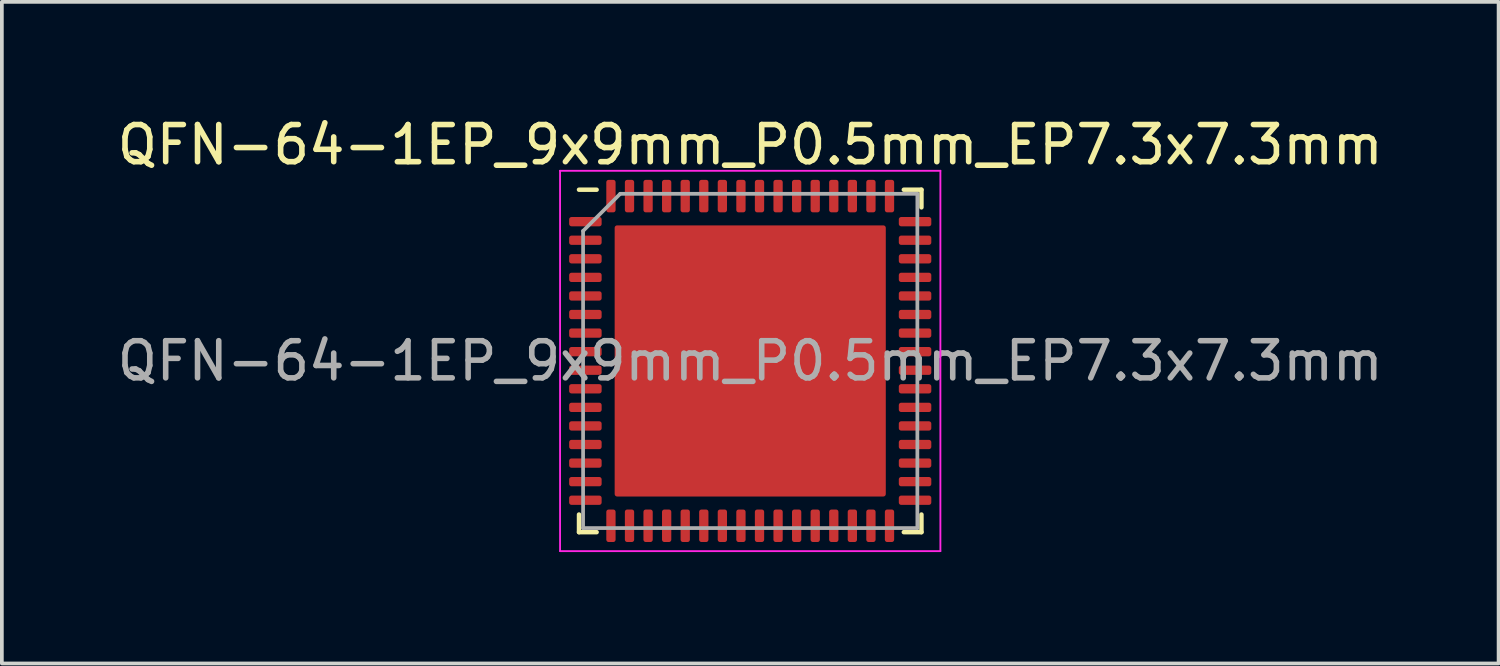
<source format=kicad_pcb>
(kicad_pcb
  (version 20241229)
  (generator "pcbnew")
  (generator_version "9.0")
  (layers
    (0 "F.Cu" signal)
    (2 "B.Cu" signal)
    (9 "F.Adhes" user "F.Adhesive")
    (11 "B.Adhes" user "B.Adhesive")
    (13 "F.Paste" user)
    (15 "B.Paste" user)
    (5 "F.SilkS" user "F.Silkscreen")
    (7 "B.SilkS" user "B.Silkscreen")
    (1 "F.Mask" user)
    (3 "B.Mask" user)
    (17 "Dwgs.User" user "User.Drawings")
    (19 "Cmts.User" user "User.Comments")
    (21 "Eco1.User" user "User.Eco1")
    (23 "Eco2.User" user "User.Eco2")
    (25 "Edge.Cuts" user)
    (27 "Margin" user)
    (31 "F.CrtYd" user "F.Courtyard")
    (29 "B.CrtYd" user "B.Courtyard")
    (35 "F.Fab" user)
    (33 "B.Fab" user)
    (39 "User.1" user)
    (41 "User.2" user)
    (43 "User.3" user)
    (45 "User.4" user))
  (footprint "QFN-64-1EP_9x9mm_P0.5mm_EP7.3x7.3mm"
    (layer "F.Cu")
    (at 17.149 6.668)
    (property "Reference" "QFN-64-1EP_9x9mm_P0.5mm_EP7.3x7.3mm" (at 0 -5.82 0) (layer "F.SilkS") (effects (font (size 1 1) (thickness 0.15))))
    (attr smd)
    (fp_line (start -4.61 4.61) (end -4.61 4.135) (stroke (width 0.12) (type solid)) (layer "F.SilkS"))
    (fp_line (start -4.135 -4.61) (end -4.61 -4.61) (stroke (width 0.12) (type solid)) (layer "F.SilkS"))
    (fp_line (start -4.135 4.61) (end -4.61 4.61) (stroke (width 0.12) (type solid)) (layer "F.SilkS"))
    (fp_line (start 4.135 -4.61) (end 4.61 -4.61) (stroke (width 0.12) (type solid)) (layer "F.SilkS"))
    (fp_line (start 4.135 4.61) (end 4.61 4.61) (stroke (width 0.12) (type solid)) (layer "F.SilkS"))
    (fp_line (start 4.61 -4.61) (end 4.61 -4.135) (stroke (width 0.12) (type solid)) (layer "F.SilkS"))
    (fp_line (start 4.61 4.61) (end 4.61 4.135) (stroke (width 0.12) (type solid)) (layer "F.SilkS"))
    (fp_line (start -5.12 -5.12) (end -5.12 5.12) (stroke (width 0.05) (type solid)) (layer "F.CrtYd"))
    (fp_line (start -5.12 5.12) (end 5.12 5.12) (stroke (width 0.05) (type solid)) (layer "F.CrtYd"))
    (fp_line (start 5.12 -5.12) (end -5.12 -5.12) (stroke (width 0.05) (type solid)) (layer "F.CrtYd"))
    (fp_line (start 5.12 5.12) (end 5.12 -5.12) (stroke (width 0.05) (type solid)) (layer "F.CrtYd"))
    (fp_line (start -4.5 -3.5) (end -3.5 -4.5) (stroke (width 0.1) (type solid)) (layer "F.Fab"))
    (fp_line (start -4.5 4.5) (end -4.5 -3.5) (stroke (width 0.1) (type solid)) (layer "F.Fab"))
    (fp_line (start -3.5 -4.5) (end 4.5 -4.5) (stroke (width 0.1) (type solid)) (layer "F.Fab"))
    (fp_line (start 4.5 -4.5) (end 4.5 4.5) (stroke (width 0.1) (type solid)) (layer "F.Fab"))
    (fp_line (start 4.5 4.5) (end -4.5 4.5) (stroke (width 0.1) (type solid)) (layer "F.Fab"))
    (fp_text user "${REFERENCE}" (at 0 0 0) (layer "F.Fab") (effects (font (size 1 1) (thickness 0.15))))
    (pad "" smd roundrect (at -2.92 -2.92) (size 1.18 1.18) (layers "F.Paste") (roundrect_rratio 0.212))
    (pad "" smd roundrect (at -2.92 -1.46) (size 1.18 1.18) (layers "F.Paste") (roundrect_rratio 0.212))
    (pad "" smd roundrect (at -2.92 0) (size 1.18 1.18) (layers "F.Paste") (roundrect_rratio 0.212))
    (pad "" smd roundrect (at -2.92 1.46) (size 1.18 1.18) (layers "F.Paste") (roundrect_rratio 0.212))
    (pad "" smd roundrect (at -2.92 2.92) (size 1.18 1.18) (layers "F.Paste") (roundrect_rratio 0.212))
    (pad "" smd roundrect (at -1.46 -2.92) (size 1.18 1.18) (layers "F.Paste") (roundrect_rratio 0.212))
    (pad "" smd roundrect (at -1.46 -1.46) (size 1.18 1.18) (layers "F.Paste") (roundrect_rratio 0.212))
    (pad "" smd roundrect (at -1.46 0) (size 1.18 1.18) (layers "F.Paste") (roundrect_rratio 0.212))
    (pad "" smd roundrect (at -1.46 1.46) (size 1.18 1.18) (layers "F.Paste") (roundrect_rratio 0.212))
    (pad "" smd roundrect (at -1.46 2.92) (size 1.18 1.18) (layers "F.Paste") (roundrect_rratio 0.212))
    (pad "" smd roundrect (at 0 -2.92) (size 1.18 1.18) (layers "F.Paste") (roundrect_rratio 0.212))
    (pad "" smd roundrect (at 0 -1.46) (size 1.18 1.18) (layers "F.Paste") (roundrect_rratio 0.212))
    (pad "" smd roundrect (at 0 0) (size 1.18 1.18) (layers "F.Paste") (roundrect_rratio 0.212))
    (pad "" smd roundrect (at 0 1.46) (size 1.18 1.18) (layers "F.Paste") (roundrect_rratio 0.212))
    (pad "" smd roundrect (at 0 2.92) (size 1.18 1.18) (layers "F.Paste") (roundrect_rratio 0.212))
    (pad "" smd roundrect (at 1.46 -2.92) (size 1.18 1.18) (layers "F.Paste") (roundrect_rratio 0.212))
    (pad "" smd roundrect (at 1.46 -1.46) (size 1.18 1.18) (layers "F.Paste") (roundrect_rratio 0.212))
    (pad "" smd roundrect (at 1.46 0) (size 1.18 1.18) (layers "F.Paste") (roundrect_rratio 0.212))
    (pad "" smd roundrect (at 1.46 1.46) (size 1.18 1.18) (layers "F.Paste") (roundrect_rratio 0.212))
    (pad "" smd roundrect (at 1.46 2.92) (size 1.18 1.18) (layers "F.Paste") (roundrect_rratio 0.212))
    (pad "" smd roundrect (at 2.92 -2.92) (size 1.18 1.18) (layers "F.Paste") (roundrect_rratio 0.212))
    (pad "" smd roundrect (at 2.92 -1.46) (size 1.18 1.18) (layers "F.Paste") (roundrect_rratio 0.212))
    (pad "" smd roundrect (at 2.92 0) (size 1.18 1.18) (layers "F.Paste") (roundrect_rratio 0.212))
    (pad "" smd roundrect (at 2.92 1.46) (size 1.18 1.18) (layers "F.Paste") (roundrect_rratio 0.212))
    (pad "" smd roundrect (at 2.92 2.92) (size 1.18 1.18) (layers "F.Paste") (roundrect_rratio 0.212))
    (pad "1" smd roundrect (at -4.438 -3.75) (size 0.875 0.25) (layers "F.Cu" "F.Mask" "F.Paste") (roundrect_rratio 0.25))
    (pad "2" smd roundrect (at -4.438 -3.25) (size 0.875 0.25) (layers "F.Cu" "F.Mask" "F.Paste") (roundrect_rratio 0.25))
    (pad "3" smd roundrect (at -4.438 -2.75) (size 0.875 0.25) (layers "F.Cu" "F.Mask" "F.Paste") (roundrect_rratio 0.25))
    (pad "4" smd roundrect (at -4.438 -2.25) (size 0.875 0.25) (layers "F.Cu" "F.Mask" "F.Paste") (roundrect_rratio 0.25))
    (pad "5" smd roundrect (at -4.438 -1.75) (size 0.875 0.25) (layers "F.Cu" "F.Mask" "F.Paste") (roundrect_rratio 0.25))
    (pad "6" smd roundrect (at -4.438 -1.25) (size 0.875 0.25) (layers "F.Cu" "F.Mask" "F.Paste") (roundrect_rratio 0.25))
    (pad "7" smd roundrect (at -4.438 -0.75) (size 0.875 0.25) (layers "F.Cu" "F.Mask" "F.Paste") (roundrect_rratio 0.25))
    (pad "8" smd roundrect (at -4.438 -0.25) (size 0.875 0.25) (layers "F.Cu" "F.Mask" "F.Paste") (roundrect_rratio 0.25))
    (pad "9" smd roundrect (at -4.438 0.25) (size 0.875 0.25) (layers "F.Cu" "F.Mask" "F.Paste") (roundrect_rratio 0.25))
    (pad "10" smd roundrect (at -4.438 0.75) (size 0.875 0.25) (layers "F.Cu" "F.Mask" "F.Paste") (roundrect_rratio 0.25))
    (pad "11" smd roundrect (at -4.438 1.25) (size 0.875 0.25) (layers "F.Cu" "F.Mask" "F.Paste") (roundrect_rratio 0.25))
    (pad "12" smd roundrect (at -4.438 1.75) (size 0.875 0.25) (layers "F.Cu" "F.Mask" "F.Paste") (roundrect_rratio 0.25))
    (pad "13" smd roundrect (at -4.438 2.25) (size 0.875 0.25) (layers "F.Cu" "F.Mask" "F.Paste") (roundrect_rratio 0.25))
    (pad "14" smd roundrect (at -4.438 2.75) (size 0.875 0.25) (layers "F.Cu" "F.Mask" "F.Paste") (roundrect_rratio 0.25))
    (pad "15" smd roundrect (at -4.438 3.25) (size 0.875 0.25) (layers "F.Cu" "F.Mask" "F.Paste") (roundrect_rratio 0.25))
    (pad "16" smd roundrect (at -4.438 3.75) (size 0.875 0.25) (layers "F.Cu" "F.Mask" "F.Paste") (roundrect_rratio 0.25))
    (pad "17" smd roundrect (at -3.75 4.438) (size 0.25 0.875) (layers "F.Cu" "F.Mask" "F.Paste") (roundrect_rratio 0.25))
    (pad "18" smd roundrect (at -3.25 4.438) (size 0.25 0.875) (layers "F.Cu" "F.Mask" "F.Paste") (roundrect_rratio 0.25))
    (pad "19" smd roundrect (at -2.75 4.438) (size 0.25 0.875) (layers "F.Cu" "F.Mask" "F.Paste") (roundrect_rratio 0.25))
    (pad "20" smd roundrect (at -2.25 4.438) (size 0.25 0.875) (layers "F.Cu" "F.Mask" "F.Paste") (roundrect_rratio 0.25))
    (pad "21" smd roundrect (at -1.75 4.438) (size 0.25 0.875) (layers "F.Cu" "F.Mask" "F.Paste") (roundrect_rratio 0.25))
    (pad "22" smd roundrect (at -1.25 4.438) (size 0.25 0.875) (layers "F.Cu" "F.Mask" "F.Paste") (roundrect_rratio 0.25))
    (pad "23" smd roundrect (at -0.75 4.438) (size 0.25 0.875) (layers "F.Cu" "F.Mask" "F.Paste") (roundrect_rratio 0.25))
    (pad "24" smd roundrect (at -0.25 4.438) (size 0.25 0.875) (layers "F.Cu" "F.Mask" "F.Paste") (roundrect_rratio 0.25))
    (pad "25" smd roundrect (at 0.25 4.438) (size 0.25 0.875) (layers "F.Cu" "F.Mask" "F.Paste") (roundrect_rratio 0.25))
    (pad "26" smd roundrect (at 0.75 4.438) (size 0.25 0.875) (layers "F.Cu" "F.Mask" "F.Paste") (roundrect_rratio 0.25))
    (pad "27" smd roundrect (at 1.25 4.438) (size 0.25 0.875) (layers "F.Cu" "F.Mask" "F.Paste") (roundrect_rratio 0.25))
    (pad "28" smd roundrect (at 1.75 4.438) (size 0.25 0.875) (layers "F.Cu" "F.Mask" "F.Paste") (roundrect_rratio 0.25))
    (pad "29" smd roundrect (at 2.25 4.438) (size 0.25 0.875) (layers "F.Cu" "F.Mask" "F.Paste") (roundrect_rratio 0.25))
    (pad "30" smd roundrect (at 2.75 4.438) (size 0.25 0.875) (layers "F.Cu" "F.Mask" "F.Paste") (roundrect_rratio 0.25))
    (pad "31" smd roundrect (at 3.25 4.438) (size 0.25 0.875) (layers "F.Cu" "F.Mask" "F.Paste") (roundrect_rratio 0.25))
    (pad "32" smd roundrect (at 3.75 4.438) (size 0.25 0.875) (layers "F.Cu" "F.Mask" "F.Paste") (roundrect_rratio 0.25))
    (pad "33" smd roundrect (at 4.438 3.75) (size 0.875 0.25) (layers "F.Cu" "F.Mask" "F.Paste") (roundrect_rratio 0.25))
    (pad "34" smd roundrect (at 4.438 3.25) (size 0.875 0.25) (layers "F.Cu" "F.Mask" "F.Paste") (roundrect_rratio 0.25))
    (pad "35" smd roundrect (at 4.438 2.75) (size 0.875 0.25) (layers "F.Cu" "F.Mask" "F.Paste") (roundrect_rratio 0.25))
    (pad "36" smd roundrect (at 4.438 2.25) (size 0.875 0.25) (layers "F.Cu" "F.Mask" "F.Paste") (roundrect_rratio 0.25))
    (pad "37" smd roundrect (at 4.438 1.75) (size 0.875 0.25) (layers "F.Cu" "F.Mask" "F.Paste") (roundrect_rratio 0.25))
    (pad "38" smd roundrect (at 4.438 1.25) (size 0.875 0.25) (layers "F.Cu" "F.Mask" "F.Paste") (roundrect_rratio 0.25))
    (pad "39" smd roundrect (at 4.438 0.75) (size 0.875 0.25) (layers "F.Cu" "F.Mask" "F.Paste") (roundrect_rratio 0.25))
    (pad "40" smd roundrect (at 4.438 0.25) (size 0.875 0.25) (layers "F.Cu" "F.Mask" "F.Paste") (roundrect_rratio 0.25))
    (pad "41" smd roundrect (at 4.438 -0.25) (size 0.875 0.25) (layers "F.Cu" "F.Mask" "F.Paste") (roundrect_rratio 0.25))
    (pad "42" smd roundrect (at 4.438 -0.75) (size 0.875 0.25) (layers "F.Cu" "F.Mask" "F.Paste") (roundrect_rratio 0.25))
    (pad "43" smd roundrect (at 4.438 -1.25) (size 0.875 0.25) (layers "F.Cu" "F.Mask" "F.Paste") (roundrect_rratio 0.25))
    (pad "44" smd roundrect (at 4.438 -1.75) (size 0.875 0.25) (layers "F.Cu" "F.Mask" "F.Paste") (roundrect_rratio 0.25))
    (pad "45" smd roundrect (at 4.438 -2.25) (size 0.875 0.25) (layers "F.Cu" "F.Mask" "F.Paste") (roundrect_rratio 0.25))
    (pad "46" smd roundrect (at 4.438 -2.75) (size 0.875 0.25) (layers "F.Cu" "F.Mask" "F.Paste") (roundrect_rratio 0.25))
    (pad "47" smd roundrect (at 4.438 -3.25) (size 0.875 0.25) (layers "F.Cu" "F.Mask" "F.Paste") (roundrect_rratio 0.25))
    (pad "48" smd roundrect (at 4.438 -3.75) (size 0.875 0.25) (layers "F.Cu" "F.Mask" "F.Paste") (roundrect_rratio 0.25))
    (pad "49" smd roundrect (at 3.75 -4.438) (size 0.25 0.875) (layers "F.Cu" "F.Mask" "F.Paste") (roundrect_rratio 0.25))
    (pad "50" smd roundrect (at 3.25 -4.438) (size 0.25 0.875) (layers "F.Cu" "F.Mask" "F.Paste") (roundrect_rratio 0.25))
    (pad "51" smd roundrect (at 2.75 -4.438) (size 0.25 0.875) (layers "F.Cu" "F.Mask" "F.Paste") (roundrect_rratio 0.25))
    (pad "52" smd roundrect (at 2.25 -4.438) (size 0.25 0.875) (layers "F.Cu" "F.Mask" "F.Paste") (roundrect_rratio 0.25))
    (pad "53" smd roundrect (at 1.75 -4.438) (size 0.25 0.875) (layers "F.Cu" "F.Mask" "F.Paste") (roundrect_rratio 0.25))
    (pad "54" smd roundrect (at 1.25 -4.438) (size 0.25 0.875) (layers "F.Cu" "F.Mask" "F.Paste") (roundrect_rratio 0.25))
    (pad "55" smd roundrect (at 0.75 -4.438) (size 0.25 0.875) (layers "F.Cu" "F.Mask" "F.Paste") (roundrect_rratio 0.25))
    (pad "56" smd roundrect (at 0.25 -4.438) (size 0.25 0.875) (layers "F.Cu" "F.Mask" "F.Paste") (roundrect_rratio 0.25))
    (pad "57" smd roundrect (at -0.25 -4.438) (size 0.25 0.875) (layers "F.Cu" "F.Mask" "F.Paste") (roundrect_rratio 0.25))
    (pad "58" smd roundrect (at -0.75 -4.438) (size 0.25 0.875) (layers "F.Cu" "F.Mask" "F.Paste") (roundrect_rratio 0.25))
    (pad "59" smd roundrect (at -1.25 -4.438) (size 0.25 0.875) (layers "F.Cu" "F.Mask" "F.Paste") (roundrect_rratio 0.25))
    (pad "60" smd roundrect (at -1.75 -4.438) (size 0.25 0.875) (layers "F.Cu" "F.Mask" "F.Paste") (roundrect_rratio 0.25))
    (pad "61" smd roundrect (at -2.25 -4.438) (size 0.25 0.875) (layers "F.Cu" "F.Mask" "F.Paste") (roundrect_rratio 0.25))
    (pad "62" smd roundrect (at -2.75 -4.438) (size 0.25 0.875) (layers "F.Cu" "F.Mask" "F.Paste") (roundrect_rratio 0.25))
    (pad "63" smd roundrect (at -3.25 -4.438) (size 0.25 0.875) (layers "F.Cu" "F.Mask" "F.Paste") (roundrect_rratio 0.25))
    (pad "64" smd roundrect (at -3.75 -4.438) (size 0.25 0.875) (layers "F.Cu" "F.Mask" "F.Paste") (roundrect_rratio 0.25))
    (pad "65" smd roundrect (at 0 0) (size 7.3 7.3) (layers "F.Cu" "F.Mask") (roundrect_rratio 0.009)))
  (gr_rect
    (start -3 -3)
    (end 37.298 14.813)
    (stroke (width 0.1) (type default))
    (fill no)
    (layer "Edge.Cuts")))
</source>
